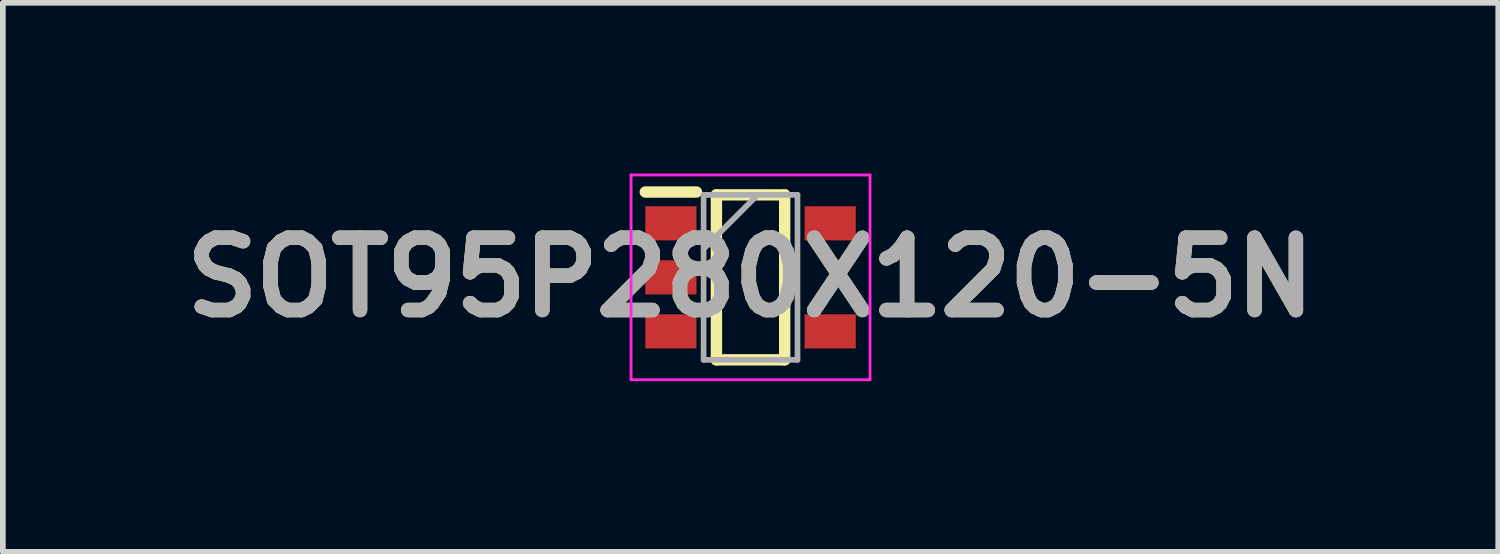
<source format=kicad_pcb>
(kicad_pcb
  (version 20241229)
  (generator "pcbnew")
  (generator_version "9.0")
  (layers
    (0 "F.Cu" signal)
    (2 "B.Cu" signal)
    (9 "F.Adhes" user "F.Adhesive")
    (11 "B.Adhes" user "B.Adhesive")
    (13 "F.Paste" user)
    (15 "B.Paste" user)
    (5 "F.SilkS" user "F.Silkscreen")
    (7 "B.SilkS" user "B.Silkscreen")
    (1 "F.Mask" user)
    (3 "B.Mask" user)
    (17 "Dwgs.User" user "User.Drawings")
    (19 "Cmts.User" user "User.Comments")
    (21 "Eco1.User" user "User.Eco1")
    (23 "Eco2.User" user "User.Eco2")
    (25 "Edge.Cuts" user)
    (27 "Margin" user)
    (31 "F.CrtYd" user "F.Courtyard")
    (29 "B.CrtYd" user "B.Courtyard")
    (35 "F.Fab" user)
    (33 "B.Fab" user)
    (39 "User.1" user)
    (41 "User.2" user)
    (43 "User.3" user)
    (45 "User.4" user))
  (footprint "SOT95P280X120-5N"
    (layer "F.Cu")
    (at 10.142 1.825)
    (property "Reference" "SOT95P280X120-5N" (at 0 0 0) (layer "F.SilkS") (effects (font (size 1.27 1.27) (thickness 0.254))))
    (attr smd)
    (fp_line (start -1.85 -1.5) (end -0.95 -1.5) (stroke (width 0.2) (type solid)) (layer "F.SilkS"))
    (fp_line (start -0.6 -1.45) (end 0.6 -1.45) (stroke (width 0.2) (type solid)) (layer "F.SilkS"))
    (fp_line (start -0.6 1.45) (end -0.6 -1.45) (stroke (width 0.2) (type solid)) (layer "F.SilkS"))
    (fp_line (start 0.6 -1.45) (end 0.6 1.45) (stroke (width 0.2) (type solid)) (layer "F.SilkS"))
    (fp_line (start 0.6 1.45) (end -0.6 1.45) (stroke (width 0.2) (type solid)) (layer "F.SilkS"))
    (fp_line (start -2.1 -1.8) (end 2.1 -1.8) (stroke (width 0.05) (type solid)) (layer "F.CrtYd"))
    (fp_line (start -2.1 1.8) (end -2.1 -1.8) (stroke (width 0.05) (type solid)) (layer "F.CrtYd"))
    (fp_line (start 2.1 -1.8) (end 2.1 1.8) (stroke (width 0.05) (type solid)) (layer "F.CrtYd"))
    (fp_line (start 2.1 1.8) (end -2.1 1.8) (stroke (width 0.05) (type solid)) (layer "F.CrtYd"))
    (fp_line (start -0.825 -1.45) (end 0.825 -1.45) (stroke (width 0.1) (type solid)) (layer "F.Fab"))
    (fp_line (start -0.825 -0.5) (end 0.125 -1.45) (stroke (width 0.1) (type solid)) (layer "F.Fab"))
    (fp_line (start -0.825 1.45) (end -0.825 -1.45) (stroke (width 0.1) (type solid)) (layer "F.Fab"))
    (fp_line (start 0.825 -1.45) (end 0.825 1.45) (stroke (width 0.1) (type solid)) (layer "F.Fab"))
    (fp_line (start 0.825 1.45) (end -0.825 1.45) (stroke (width 0.1) (type solid)) (layer "F.Fab"))
    (fp_text user "${REFERENCE}" (at 0 0 0) (layer "F.Fab") (effects (font (size 1.27 1.27) (thickness 0.254))))
    (pad "1" smd rect (at -1.4 -0.95 90) (size 0.6 0.9) (layers "F.Cu" "F.Mask" "F.Paste"))
    (pad "2" smd rect (at -1.4 0 90) (size 0.6 0.9) (layers "F.Cu" "F.Mask" "F.Paste"))
    (pad "3" smd rect (at -1.4 0.95 90) (size 0.6 0.9) (layers "F.Cu" "F.Mask" "F.Paste"))
    (pad "4" smd rect (at 1.4 0.95 90) (size 0.6 0.9) (layers "F.Cu" "F.Mask" "F.Paste"))
    (pad "5" smd rect (at 1.4 -0.95 90) (size 0.6 0.9) (layers "F.Cu" "F.Mask" "F.Paste")))
  (gr_rect
    (start -3 -3)
    (end 23.284 6.65)
    (stroke (width 0.1) (type default))
    (fill no)
    (layer "Edge.Cuts")))
</source>
